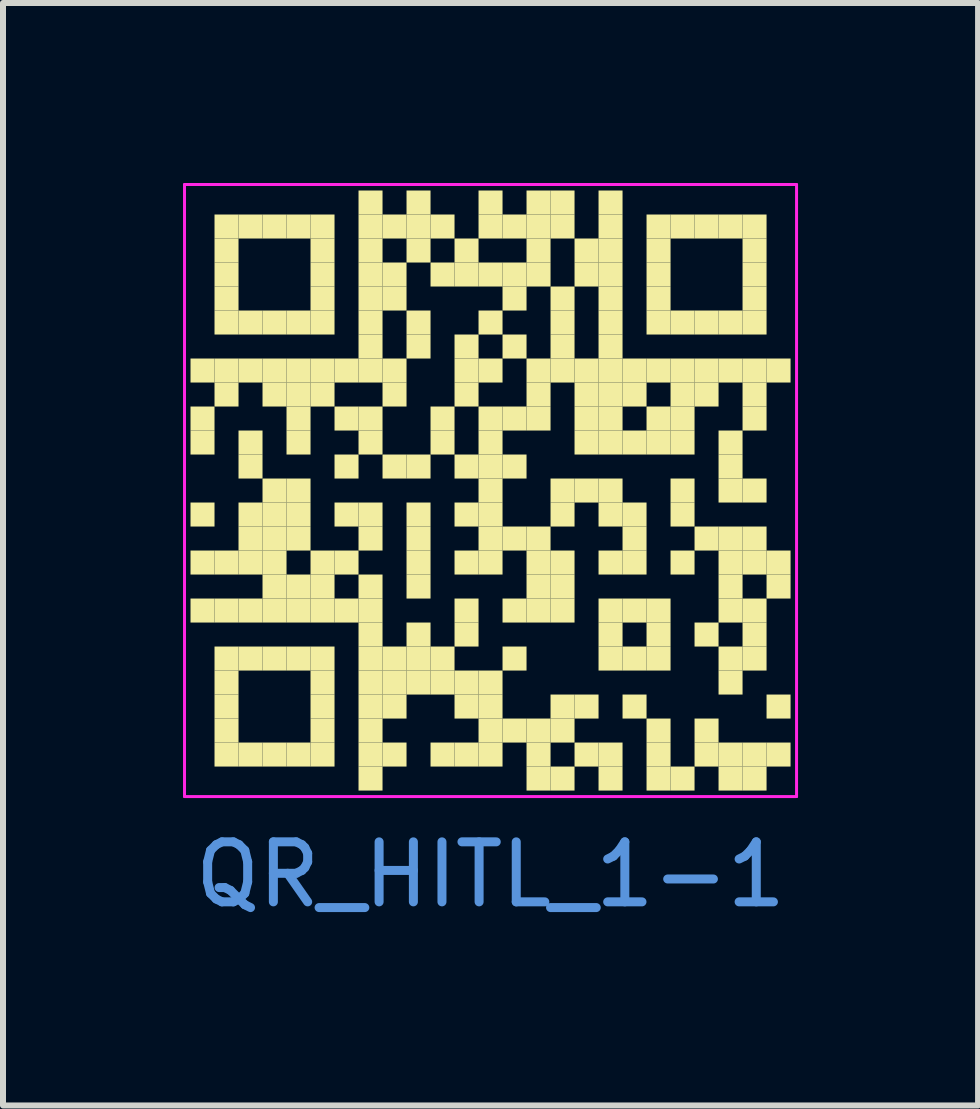
<source format=kicad_pcb>
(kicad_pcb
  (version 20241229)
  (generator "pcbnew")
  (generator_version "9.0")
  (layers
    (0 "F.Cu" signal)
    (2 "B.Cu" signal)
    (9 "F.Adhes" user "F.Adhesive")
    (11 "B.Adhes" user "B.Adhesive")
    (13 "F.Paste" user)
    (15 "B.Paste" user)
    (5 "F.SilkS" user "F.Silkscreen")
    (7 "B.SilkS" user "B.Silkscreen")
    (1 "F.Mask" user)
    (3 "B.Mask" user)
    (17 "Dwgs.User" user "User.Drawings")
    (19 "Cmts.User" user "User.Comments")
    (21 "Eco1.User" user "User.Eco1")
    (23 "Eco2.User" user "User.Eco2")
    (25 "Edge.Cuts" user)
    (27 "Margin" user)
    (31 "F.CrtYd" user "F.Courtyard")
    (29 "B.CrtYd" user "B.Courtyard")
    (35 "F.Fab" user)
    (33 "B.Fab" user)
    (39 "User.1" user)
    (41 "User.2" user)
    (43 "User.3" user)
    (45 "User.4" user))
  (footprint "QR_HITL_1-1"
    (layer "F.Cu")
    (at 5.125 5.125)
    (property "Reference" "QR_HITL_1-1" (at 0 6.4 0) (layer "Cmts.User") (effects (font (size 1 1) (thickness 0.15))))
    (fp_rect (start -5 -2.2) (end -4.6 -1.8) (stroke (width 0) (type solid)) (fill yes) (layer "F.SilkS"))
    (fp_rect (start -5 -1.4) (end -4.6 -1) (stroke (width 0) (type solid)) (fill yes) (layer "F.SilkS"))
    (fp_rect (start -5 -1) (end -4.6 -0.6) (stroke (width 0) (type solid)) (fill yes) (layer "F.SilkS"))
    (fp_rect (start -5 0.2) (end -4.6 0.6) (stroke (width 0) (type solid)) (fill yes) (layer "F.SilkS"))
    (fp_rect (start -5 1) (end -4.6 1.4) (stroke (width 0) (type solid)) (fill yes) (layer "F.SilkS"))
    (fp_rect (start -5 1.8) (end -4.6 2.2) (stroke (width 0) (type solid)) (fill yes) (layer "F.SilkS"))
    (fp_rect (start -4.6 -4.6) (end -4.2 -4.2) (stroke (width 0) (type solid)) (fill yes) (layer "F.SilkS"))
    (fp_rect (start -4.6 -4.2) (end -4.2 -3.8) (stroke (width 0) (type solid)) (fill yes) (layer "F.SilkS"))
    (fp_rect (start -4.6 -3.8) (end -4.2 -3.4) (stroke (width 0) (type solid)) (fill yes) (layer "F.SilkS"))
    (fp_rect (start -4.6 -3.4) (end -4.2 -3) (stroke (width 0) (type solid)) (fill yes) (layer "F.SilkS"))
    (fp_rect (start -4.6 -3) (end -4.2 -2.6) (stroke (width 0) (type solid)) (fill yes) (layer "F.SilkS"))
    (fp_rect (start -4.6 -2.2) (end -4.2 -1.8) (stroke (width 0) (type solid)) (fill yes) (layer "F.SilkS"))
    (fp_rect (start -4.6 -1.8) (end -4.2 -1.4) (stroke (width 0) (type solid)) (fill yes) (layer "F.SilkS"))
    (fp_rect (start -4.6 1) (end -4.2 1.4) (stroke (width 0) (type solid)) (fill yes) (layer "F.SilkS"))
    (fp_rect (start -4.6 1.8) (end -4.2 2.2) (stroke (width 0) (type solid)) (fill yes) (layer "F.SilkS"))
    (fp_rect (start -4.6 2.6) (end -4.2 3) (stroke (width 0) (type solid)) (fill yes) (layer "F.SilkS"))
    (fp_rect (start -4.6 3) (end -4.2 3.4) (stroke (width 0) (type solid)) (fill yes) (layer "F.SilkS"))
    (fp_rect (start -4.6 3.4) (end -4.2 3.8) (stroke (width 0) (type solid)) (fill yes) (layer "F.SilkS"))
    (fp_rect (start -4.6 3.8) (end -4.2 4.2) (stroke (width 0) (type solid)) (fill yes) (layer "F.SilkS"))
    (fp_rect (start -4.6 4.2) (end -4.2 4.6) (stroke (width 0) (type solid)) (fill yes) (layer "F.SilkS"))
    (fp_rect (start -4.2 -4.6) (end -3.8 -4.2) (stroke (width 0) (type solid)) (fill yes) (layer "F.SilkS"))
    (fp_rect (start -4.2 -3) (end -3.8 -2.6) (stroke (width 0) (type solid)) (fill yes) (layer "F.SilkS"))
    (fp_rect (start -4.2 -2.2) (end -3.8 -1.8) (stroke (width 0) (type solid)) (fill yes) (layer "F.SilkS"))
    (fp_rect (start -4.2 -1) (end -3.8 -0.6) (stroke (width 0) (type solid)) (fill yes) (layer "F.SilkS"))
    (fp_rect (start -4.2 -0.6) (end -3.8 -0.2) (stroke (width 0) (type solid)) (fill yes) (layer "F.SilkS"))
    (fp_rect (start -4.2 0.2) (end -3.8 0.6) (stroke (width 0) (type solid)) (fill yes) (layer "F.SilkS"))
    (fp_rect (start -4.2 0.6) (end -3.8 1) (stroke (width 0) (type solid)) (fill yes) (layer "F.SilkS"))
    (fp_rect (start -4.2 1) (end -3.8 1.4) (stroke (width 0) (type solid)) (fill yes) (layer "F.SilkS"))
    (fp_rect (start -4.2 1.8) (end -3.8 2.2) (stroke (width 0) (type solid)) (fill yes) (layer "F.SilkS"))
    (fp_rect (start -4.2 2.6) (end -3.8 3) (stroke (width 0) (type solid)) (fill yes) (layer "F.SilkS"))
    (fp_rect (start -4.2 4.2) (end -3.8 4.6) (stroke (width 0) (type solid)) (fill yes) (layer "F.SilkS"))
    (fp_rect (start -3.8 -4.6) (end -3.4 -4.2) (stroke (width 0) (type solid)) (fill yes) (layer "F.SilkS"))
    (fp_rect (start -3.8 -3) (end -3.4 -2.6) (stroke (width 0) (type solid)) (fill yes) (layer "F.SilkS"))
    (fp_rect (start -3.8 -2.2) (end -3.4 -1.8) (stroke (width 0) (type solid)) (fill yes) (layer "F.SilkS"))
    (fp_rect (start -3.8 -1.8) (end -3.4 -1.4) (stroke (width 0) (type solid)) (fill yes) (layer "F.SilkS"))
    (fp_rect (start -3.8 -0.2) (end -3.4 0.2) (stroke (width 0) (type solid)) (fill yes) (layer "F.SilkS"))
    (fp_rect (start -3.8 0.2) (end -3.4 0.6) (stroke (width 0) (type solid)) (fill yes) (layer "F.SilkS"))
    (fp_rect (start -3.8 0.6) (end -3.4 1) (stroke (width 0) (type solid)) (fill yes) (layer "F.SilkS"))
    (fp_rect (start -3.8 1) (end -3.4 1.4) (stroke (width 0) (type solid)) (fill yes) (layer "F.SilkS"))
    (fp_rect (start -3.8 1.4) (end -3.4 1.8) (stroke (width 0) (type solid)) (fill yes) (layer "F.SilkS"))
    (fp_rect (start -3.8 1.8) (end -3.4 2.2) (stroke (width 0) (type solid)) (fill yes) (layer "F.SilkS"))
    (fp_rect (start -3.8 2.6) (end -3.4 3) (stroke (width 0) (type solid)) (fill yes) (layer "F.SilkS"))
    (fp_rect (start -3.8 4.2) (end -3.4 4.6) (stroke (width 0) (type solid)) (fill yes) (layer "F.SilkS"))
    (fp_rect (start -3.4 -4.6) (end -3 -4.2) (stroke (width 0) (type solid)) (fill yes) (layer "F.SilkS"))
    (fp_rect (start -3.4 -3) (end -3 -2.6) (stroke (width 0) (type solid)) (fill yes) (layer "F.SilkS"))
    (fp_rect (start -3.4 -2.2) (end -3 -1.8) (stroke (width 0) (type solid)) (fill yes) (layer "F.SilkS"))
    (fp_rect (start -3.4 -1.8) (end -3 -1.4) (stroke (width 0) (type solid)) (fill yes) (layer "F.SilkS"))
    (fp_rect (start -3.4 -1.4) (end -3 -1) (stroke (width 0) (type solid)) (fill yes) (layer "F.SilkS"))
    (fp_rect (start -3.4 -1) (end -3 -0.6) (stroke (width 0) (type solid)) (fill yes) (layer "F.SilkS"))
    (fp_rect (start -3.4 -0.2) (end -3 0.2) (stroke (width 0) (type solid)) (fill yes) (layer "F.SilkS"))
    (fp_rect (start -3.4 0.2) (end -3 0.6) (stroke (width 0) (type solid)) (fill yes) (layer "F.SilkS"))
    (fp_rect (start -3.4 0.6) (end -3 1) (stroke (width 0) (type solid)) (fill yes) (layer "F.SilkS"))
    (fp_rect (start -3.4 1.4) (end -3 1.8) (stroke (width 0) (type solid)) (fill yes) (layer "F.SilkS"))
    (fp_rect (start -3.4 1.8) (end -3 2.2) (stroke (width 0) (type solid)) (fill yes) (layer "F.SilkS"))
    (fp_rect (start -3.4 2.6) (end -3 3) (stroke (width 0) (type solid)) (fill yes) (layer "F.SilkS"))
    (fp_rect (start -3.4 4.2) (end -3 4.6) (stroke (width 0) (type solid)) (fill yes) (layer "F.SilkS"))
    (fp_rect (start -3 -4.6) (end -2.6 -4.2) (stroke (width 0) (type solid)) (fill yes) (layer "F.SilkS"))
    (fp_rect (start -3 -4.2) (end -2.6 -3.8) (stroke (width 0) (type solid)) (fill yes) (layer "F.SilkS"))
    (fp_rect (start -3 -3.8) (end -2.6 -3.4) (stroke (width 0) (type solid)) (fill yes) (layer "F.SilkS"))
    (fp_rect (start -3 -3.4) (end -2.6 -3) (stroke (width 0) (type solid)) (fill yes) (layer "F.SilkS"))
    (fp_rect (start -3 -3) (end -2.6 -2.6) (stroke (width 0) (type solid)) (fill yes) (layer "F.SilkS"))
    (fp_rect (start -3 -2.2) (end -2.6 -1.8) (stroke (width 0) (type solid)) (fill yes) (layer "F.SilkS"))
    (fp_rect (start -3 -1.8) (end -2.6 -1.4) (stroke (width 0) (type solid)) (fill yes) (layer "F.SilkS"))
    (fp_rect (start -3 1) (end -2.6 1.4) (stroke (width 0) (type solid)) (fill yes) (layer "F.SilkS"))
    (fp_rect (start -3 1.4) (end -2.6 1.8) (stroke (width 0) (type solid)) (fill yes) (layer "F.SilkS"))
    (fp_rect (start -3 1.8) (end -2.6 2.2) (stroke (width 0) (type solid)) (fill yes) (layer "F.SilkS"))
    (fp_rect (start -3 2.6) (end -2.6 3) (stroke (width 0) (type solid)) (fill yes) (layer "F.SilkS"))
    (fp_rect (start -3 3) (end -2.6 3.4) (stroke (width 0) (type solid)) (fill yes) (layer "F.SilkS"))
    (fp_rect (start -3 3.4) (end -2.6 3.8) (stroke (width 0) (type solid)) (fill yes) (layer "F.SilkS"))
    (fp_rect (start -3 3.8) (end -2.6 4.2) (stroke (width 0) (type solid)) (fill yes) (layer "F.SilkS"))
    (fp_rect (start -3 4.2) (end -2.6 4.6) (stroke (width 0) (type solid)) (fill yes) (layer "F.SilkS"))
    (fp_rect (start -2.6 -2.2) (end -2.2 -1.8) (stroke (width 0) (type solid)) (fill yes) (layer "F.SilkS"))
    (fp_rect (start -2.6 -1.4) (end -2.2 -1) (stroke (width 0) (type solid)) (fill yes) (layer "F.SilkS"))
    (fp_rect (start -2.6 -0.6) (end -2.2 -0.2) (stroke (width 0) (type solid)) (fill yes) (layer "F.SilkS"))
    (fp_rect (start -2.6 0.2) (end -2.2 0.6) (stroke (width 0) (type solid)) (fill yes) (layer "F.SilkS"))
    (fp_rect (start -2.6 1) (end -2.2 1.4) (stroke (width 0) (type solid)) (fill yes) (layer "F.SilkS"))
    (fp_rect (start -2.6 1.8) (end -2.2 2.2) (stroke (width 0) (type solid)) (fill yes) (layer "F.SilkS"))
    (fp_rect (start -2.2 -5) (end -1.8 -4.6) (stroke (width 0) (type solid)) (fill yes) (layer "F.SilkS"))
    (fp_rect (start -2.2 -4.6) (end -1.8 -4.2) (stroke (width 0) (type solid)) (fill yes) (layer "F.SilkS"))
    (fp_rect (start -2.2 -4.2) (end -1.8 -3.8) (stroke (width 0) (type solid)) (fill yes) (layer "F.SilkS"))
    (fp_rect (start -2.2 -3.8) (end -1.8 -3.4) (stroke (width 0) (type solid)) (fill yes) (layer "F.SilkS"))
    (fp_rect (start -2.2 -3.4) (end -1.8 -3) (stroke (width 0) (type solid)) (fill yes) (layer "F.SilkS"))
    (fp_rect (start -2.2 -3) (end -1.8 -2.6) (stroke (width 0) (type solid)) (fill yes) (layer "F.SilkS"))
    (fp_rect (start -2.2 -2.6) (end -1.8 -2.2) (stroke (width 0) (type solid)) (fill yes) (layer "F.SilkS"))
    (fp_rect (start -2.2 -2.2) (end -1.8 -1.8) (stroke (width 0) (type solid)) (fill yes) (layer "F.SilkS"))
    (fp_rect (start -2.2 -1.4) (end -1.8 -1) (stroke (width 0) (type solid)) (fill yes) (layer "F.SilkS"))
    (fp_rect (start -2.2 -1) (end -1.8 -0.6) (stroke (width 0) (type solid)) (fill yes) (layer "F.SilkS"))
    (fp_rect (start -2.2 0.2) (end -1.8 0.6) (stroke (width 0) (type solid)) (fill yes) (layer "F.SilkS"))
    (fp_rect (start -2.2 0.6) (end -1.8 1) (stroke (width 0) (type solid)) (fill yes) (layer "F.SilkS"))
    (fp_rect (start -2.2 1.4) (end -1.8 1.8) (stroke (width 0) (type solid)) (fill yes) (layer "F.SilkS"))
    (fp_rect (start -2.2 1.8) (end -1.8 2.2) (stroke (width 0) (type solid)) (fill yes) (layer "F.SilkS"))
    (fp_rect (start -2.2 2.2) (end -1.8 2.6) (stroke (width 0) (type solid)) (fill yes) (layer "F.SilkS"))
    (fp_rect (start -2.2 2.6) (end -1.8 3) (stroke (width 0) (type solid)) (fill yes) (layer "F.SilkS"))
    (fp_rect (start -2.2 3) (end -1.8 3.4) (stroke (width 0) (type solid)) (fill yes) (layer "F.SilkS"))
    (fp_rect (start -2.2 3.4) (end -1.8 3.8) (stroke (width 0) (type solid)) (fill yes) (layer "F.SilkS"))
    (fp_rect (start -2.2 3.8) (end -1.8 4.2) (stroke (width 0) (type solid)) (fill yes) (layer "F.SilkS"))
    (fp_rect (start -2.2 4.2) (end -1.8 4.6) (stroke (width 0) (type solid)) (fill yes) (layer "F.SilkS"))
    (fp_rect (start -2.2 4.6) (end -1.8 5) (stroke (width 0) (type solid)) (fill yes) (layer "F.SilkS"))
    (fp_rect (start -1.8 -4.6) (end -1.4 -4.2) (stroke (width 0) (type solid)) (fill yes) (layer "F.SilkS"))
    (fp_rect (start -1.8 -3.8) (end -1.4 -3.4) (stroke (width 0) (type solid)) (fill yes) (layer "F.SilkS"))
    (fp_rect (start -1.8 -3.4) (end -1.4 -3) (stroke (width 0) (type solid)) (fill yes) (layer "F.SilkS"))
    (fp_rect (start -1.8 -2.2) (end -1.4 -1.8) (stroke (width 0) (type solid)) (fill yes) (layer "F.SilkS"))
    (fp_rect (start -1.8 -1.8) (end -1.4 -1.4) (stroke (width 0) (type solid)) (fill yes) (layer "F.SilkS"))
    (fp_rect (start -1.8 -0.6) (end -1.4 -0.2) (stroke (width 0) (type solid)) (fill yes) (layer "F.SilkS"))
    (fp_rect (start -1.8 2.6) (end -1.4 3) (stroke (width 0) (type solid)) (fill yes) (layer "F.SilkS"))
    (fp_rect (start -1.8 3) (end -1.4 3.4) (stroke (width 0) (type solid)) (fill yes) (layer "F.SilkS"))
    (fp_rect (start -1.8 3.4) (end -1.4 3.8) (stroke (width 0) (type solid)) (fill yes) (layer "F.SilkS"))
    (fp_rect (start -1.8 4.2) (end -1.4 4.6) (stroke (width 0) (type solid)) (fill yes) (layer "F.SilkS"))
    (fp_rect (start -1.4 -5) (end -1 -4.6) (stroke (width 0) (type solid)) (fill yes) (layer "F.SilkS"))
    (fp_rect (start -1.4 -4.6) (end -1 -4.2) (stroke (width 0) (type solid)) (fill yes) (layer "F.SilkS"))
    (fp_rect (start -1.4 -4.2) (end -1 -3.8) (stroke (width 0) (type solid)) (fill yes) (layer "F.SilkS"))
    (fp_rect (start -1.4 -3) (end -1 -2.6) (stroke (width 0) (type solid)) (fill yes) (layer "F.SilkS"))
    (fp_rect (start -1.4 -2.6) (end -1 -2.2) (stroke (width 0) (type solid)) (fill yes) (layer "F.SilkS"))
    (fp_rect (start -1.4 -0.6) (end -1 -0.2) (stroke (width 0) (type solid)) (fill yes) (layer "F.SilkS"))
    (fp_rect (start -1.4 0.2) (end -1 0.6) (stroke (width 0) (type solid)) (fill yes) (layer "F.SilkS"))
    (fp_rect (start -1.4 0.6) (end -1 1) (stroke (width 0) (type solid)) (fill yes) (layer "F.SilkS"))
    (fp_rect (start -1.4 1) (end -1 1.4) (stroke (width 0) (type solid)) (fill yes) (layer "F.SilkS"))
    (fp_rect (start -1.4 1.4) (end -1 1.8) (stroke (width 0) (type solid)) (fill yes) (layer "F.SilkS"))
    (fp_rect (start -1.4 2.2) (end -1 2.6) (stroke (width 0) (type solid)) (fill yes) (layer "F.SilkS"))
    (fp_rect (start -1.4 2.6) (end -1 3) (stroke (width 0) (type solid)) (fill yes) (layer "F.SilkS"))
    (fp_rect (start -1.4 3) (end -1 3.4) (stroke (width 0) (type solid)) (fill yes) (layer "F.SilkS"))
    (fp_rect (start -1 -4.6) (end -0.6 -4.2) (stroke (width 0) (type solid)) (fill yes) (layer "F.SilkS"))
    (fp_rect (start -1 -3.8) (end -0.6 -3.4) (stroke (width 0) (type solid)) (fill yes) (layer "F.SilkS"))
    (fp_rect (start -1 -1.4) (end -0.6 -1) (stroke (width 0) (type solid)) (fill yes) (layer "F.SilkS"))
    (fp_rect (start -1 -1) (end -0.6 -0.6) (stroke (width 0) (type solid)) (fill yes) (layer "F.SilkS"))
    (fp_rect (start -1 2.6) (end -0.6 3) (stroke (width 0) (type solid)) (fill yes) (layer "F.SilkS"))
    (fp_rect (start -1 3) (end -0.6 3.4) (stroke (width 0) (type solid)) (fill yes) (layer "F.SilkS"))
    (fp_rect (start -1 4.2) (end -0.6 4.6) (stroke (width 0) (type solid)) (fill yes) (layer "F.SilkS"))
    (fp_rect (start -0.6 -4.2) (end -0.2 -3.8) (stroke (width 0) (type solid)) (fill yes) (layer "F.SilkS"))
    (fp_rect (start -0.6 -3.8) (end -0.2 -3.4) (stroke (width 0) (type solid)) (fill yes) (layer "F.SilkS"))
    (fp_rect (start -0.6 -2.6) (end -0.2 -2.2) (stroke (width 0) (type solid)) (fill yes) (layer "F.SilkS"))
    (fp_rect (start -0.6 -2.2) (end -0.2 -1.8) (stroke (width 0) (type solid)) (fill yes) (layer "F.SilkS"))
    (fp_rect (start -0.6 -1.8) (end -0.2 -1.4) (stroke (width 0) (type solid)) (fill yes) (layer "F.SilkS"))
    (fp_rect (start -0.6 -0.6) (end -0.2 -0.2) (stroke (width 0) (type solid)) (fill yes) (layer "F.SilkS"))
    (fp_rect (start -0.6 0.2) (end -0.2 0.6) (stroke (width 0) (type solid)) (fill yes) (layer "F.SilkS"))
    (fp_rect (start -0.6 1) (end -0.2 1.4) (stroke (width 0) (type solid)) (fill yes) (layer "F.SilkS"))
    (fp_rect (start -0.6 1.8) (end -0.2 2.2) (stroke (width 0) (type solid)) (fill yes) (layer "F.SilkS"))
    (fp_rect (start -0.6 2.2) (end -0.2 2.6) (stroke (width 0) (type solid)) (fill yes) (layer "F.SilkS"))
    (fp_rect (start -0.6 3) (end -0.2 3.4) (stroke (width 0) (type solid)) (fill yes) (layer "F.SilkS"))
    (fp_rect (start -0.6 3.4) (end -0.2 3.8) (stroke (width 0) (type solid)) (fill yes) (layer "F.SilkS"))
    (fp_rect (start -0.6 4.2) (end -0.2 4.6) (stroke (width 0) (type solid)) (fill yes) (layer "F.SilkS"))
    (fp_rect (start -0.2 -5) (end 0.2 -4.6) (stroke (width 0) (type solid)) (fill yes) (layer "F.SilkS"))
    (fp_rect (start -0.2 -4.6) (end 0.2 -4.2) (stroke (width 0) (type solid)) (fill yes) (layer "F.SilkS"))
    (fp_rect (start -0.2 -3.8) (end 0.2 -3.4) (stroke (width 0) (type solid)) (fill yes) (layer "F.SilkS"))
    (fp_rect (start -0.2 -3) (end 0.2 -2.6) (stroke (width 0) (type solid)) (fill yes) (layer "F.SilkS"))
    (fp_rect (start -0.2 -2.2) (end 0.2 -1.8) (stroke (width 0) (type solid)) (fill yes) (layer "F.SilkS"))
    (fp_rect (start -0.2 -1.4) (end 0.2 -1) (stroke (width 0) (type solid)) (fill yes) (layer "F.SilkS"))
    (fp_rect (start -0.2 -1) (end 0.2 -0.6) (stroke (width 0) (type solid)) (fill yes) (layer "F.SilkS"))
    (fp_rect (start -0.2 -0.6) (end 0.2 -0.2) (stroke (width 0) (type solid)) (fill yes) (layer "F.SilkS"))
    (fp_rect (start -0.2 -0.2) (end 0.2 0.2) (stroke (width 0) (type solid)) (fill yes) (layer "F.SilkS"))
    (fp_rect (start -0.2 0.2) (end 0.2 0.6) (stroke (width 0) (type solid)) (fill yes) (layer "F.SilkS"))
    (fp_rect (start -0.2 0.6) (end 0.2 1) (stroke (width 0) (type solid)) (fill yes) (layer "F.SilkS"))
    (fp_rect (start -0.2 1) (end 0.2 1.4) (stroke (width 0) (type solid)) (fill yes) (layer "F.SilkS"))
    (fp_rect (start -0.2 3) (end 0.2 3.4) (stroke (width 0) (type solid)) (fill yes) (layer "F.SilkS"))
    (fp_rect (start -0.2 3.4) (end 0.2 3.8) (stroke (width 0) (type solid)) (fill yes) (layer "F.SilkS"))
    (fp_rect (start -0.2 3.8) (end 0.2 4.2) (stroke (width 0) (type solid)) (fill yes) (layer "F.SilkS"))
    (fp_rect (start -0.2 4.2) (end 0.2 4.6) (stroke (width 0) (type solid)) (fill yes) (layer "F.SilkS"))
    (fp_rect (start 0.2 -4.6) (end 0.6 -4.2) (stroke (width 0) (type solid)) (fill yes) (layer "F.SilkS"))
    (fp_rect (start 0.2 -3.8) (end 0.6 -3.4) (stroke (width 0) (type solid)) (fill yes) (layer "F.SilkS"))
    (fp_rect (start 0.2 -3.4) (end 0.6 -3) (stroke (width 0) (type solid)) (fill yes) (layer "F.SilkS"))
    (fp_rect (start 0.2 -2.6) (end 0.6 -2.2) (stroke (width 0) (type solid)) (fill yes) (layer "F.SilkS"))
    (fp_rect (start 0.2 -1.4) (end 0.6 -1) (stroke (width 0) (type solid)) (fill yes) (layer "F.SilkS"))
    (fp_rect (start 0.2 -0.6) (end 0.6 -0.2) (stroke (width 0) (type solid)) (fill yes) (layer "F.SilkS"))
    (fp_rect (start 0.2 0.6) (end 0.6 1) (stroke (width 0) (type solid)) (fill yes) (layer "F.SilkS"))
    (fp_rect (start 0.2 1.8) (end 0.6 2.2) (stroke (width 0) (type solid)) (fill yes) (layer "F.SilkS"))
    (fp_rect (start 0.2 2.6) (end 0.6 3) (stroke (width 0) (type solid)) (fill yes) (layer "F.SilkS"))
    (fp_rect (start 0.2 3.8) (end 0.6 4.2) (stroke (width 0) (type solid)) (fill yes) (layer "F.SilkS"))
    (fp_rect (start 0.6 -5) (end 1 -4.6) (stroke (width 0) (type solid)) (fill yes) (layer "F.SilkS"))
    (fp_rect (start 0.6 -4.6) (end 1 -4.2) (stroke (width 0) (type solid)) (fill yes) (layer "F.SilkS"))
    (fp_rect (start 0.6 -4.2) (end 1 -3.8) (stroke (width 0) (type solid)) (fill yes) (layer "F.SilkS"))
    (fp_rect (start 0.6 -3.8) (end 1 -3.4) (stroke (width 0) (type solid)) (fill yes) (layer "F.SilkS"))
    (fp_rect (start 0.6 -2.2) (end 1 -1.8) (stroke (width 0) (type solid)) (fill yes) (layer "F.SilkS"))
    (fp_rect (start 0.6 -1.8) (end 1 -1.4) (stroke (width 0) (type solid)) (fill yes) (layer "F.SilkS"))
    (fp_rect (start 0.6 -1.4) (end 1 -1) (stroke (width 0) (type solid)) (fill yes) (layer "F.SilkS"))
    (fp_rect (start 0.6 0.6) (end 1 1) (stroke (width 0) (type solid)) (fill yes) (layer "F.SilkS"))
    (fp_rect (start 0.6 1) (end 1 1.4) (stroke (width 0) (type solid)) (fill yes) (layer "F.SilkS"))
    (fp_rect (start 0.6 1.4) (end 1 1.8) (stroke (width 0) (type solid)) (fill yes) (layer "F.SilkS"))
    (fp_rect (start 0.6 1.8) (end 1 2.2) (stroke (width 0) (type solid)) (fill yes) (layer "F.SilkS"))
    (fp_rect (start 0.6 3.8) (end 1 4.2) (stroke (width 0) (type solid)) (fill yes) (layer "F.SilkS"))
    (fp_rect (start 0.6 4.2) (end 1 4.6) (stroke (width 0) (type solid)) (fill yes) (layer "F.SilkS"))
    (fp_rect (start 0.6 4.6) (end 1 5) (stroke (width 0) (type solid)) (fill yes) (layer "F.SilkS"))
    (fp_rect (start 1 -5) (end 1.4 -4.6) (stroke (width 0) (type solid)) (fill yes) (layer "F.SilkS"))
    (fp_rect (start 1 -4.6) (end 1.4 -4.2) (stroke (width 0) (type solid)) (fill yes) (layer "F.SilkS"))
    (fp_rect (start 1 -3.4) (end 1.4 -3) (stroke (width 0) (type solid)) (fill yes) (layer "F.SilkS"))
    (fp_rect (start 1 -3) (end 1.4 -2.6) (stroke (width 0) (type solid)) (fill yes) (layer "F.SilkS"))
    (fp_rect (start 1 -2.6) (end 1.4 -2.2) (stroke (width 0) (type solid)) (fill yes) (layer "F.SilkS"))
    (fp_rect (start 1 -2.2) (end 1.4 -1.8) (stroke (width 0) (type solid)) (fill yes) (layer "F.SilkS"))
    (fp_rect (start 1 -0.2) (end 1.4 0.2) (stroke (width 0) (type solid)) (fill yes) (layer "F.SilkS"))
    (fp_rect (start 1 0.2) (end 1.4 0.6) (stroke (width 0) (type solid)) (fill yes) (layer "F.SilkS"))
    (fp_rect (start 1 1) (end 1.4 1.4) (stroke (width 0) (type solid)) (fill yes) (layer "F.SilkS"))
    (fp_rect (start 1 1.4) (end 1.4 1.8) (stroke (width 0) (type solid)) (fill yes) (layer "F.SilkS"))
    (fp_rect (start 1 1.8) (end 1.4 2.2) (stroke (width 0) (type solid)) (fill yes) (layer "F.SilkS"))
    (fp_rect (start 1 3.4) (end 1.4 3.8) (stroke (width 0) (type solid)) (fill yes) (layer "F.SilkS"))
    (fp_rect (start 1 3.8) (end 1.4 4.2) (stroke (width 0) (type solid)) (fill yes) (layer "F.SilkS"))
    (fp_rect (start 1 4.6) (end 1.4 5) (stroke (width 0) (type solid)) (fill yes) (layer "F.SilkS"))
    (fp_rect (start 1.4 -4.2) (end 1.8 -3.8) (stroke (width 0) (type solid)) (fill yes) (layer "F.SilkS"))
    (fp_rect (start 1.4 -3.8) (end 1.8 -3.4) (stroke (width 0) (type solid)) (fill yes) (layer "F.SilkS"))
    (fp_rect (start 1.4 -2.2) (end 1.8 -1.8) (stroke (width 0) (type solid)) (fill yes) (layer "F.SilkS"))
    (fp_rect (start 1.4 -1.8) (end 1.8 -1.4) (stroke (width 0) (type solid)) (fill yes) (layer "F.SilkS"))
    (fp_rect (start 1.4 -1.4) (end 1.8 -1) (stroke (width 0) (type solid)) (fill yes) (layer "F.SilkS"))
    (fp_rect (start 1.4 -1) (end 1.8 -0.6) (stroke (width 0) (type solid)) (fill yes) (layer "F.SilkS"))
    (fp_rect (start 1.4 -0.2) (end 1.8 0.2) (stroke (width 0) (type solid)) (fill yes) (layer "F.SilkS"))
    (fp_rect (start 1.4 3.4) (end 1.8 3.8) (stroke (width 0) (type solid)) (fill yes) (layer "F.SilkS"))
    (fp_rect (start 1.4 4.2) (end 1.8 4.6) (stroke (width 0) (type solid)) (fill yes) (layer "F.SilkS"))
    (fp_rect (start 1.8 -5) (end 2.2 -4.6) (stroke (width 0) (type solid)) (fill yes) (layer "F.SilkS"))
    (fp_rect (start 1.8 -4.6) (end 2.2 -4.2) (stroke (width 0) (type solid)) (fill yes) (layer "F.SilkS"))
    (fp_rect (start 1.8 -4.2) (end 2.2 -3.8) (stroke (width 0) (type solid)) (fill yes) (layer "F.SilkS"))
    (fp_rect (start 1.8 -3.8) (end 2.2 -3.4) (stroke (width 0) (type solid)) (fill yes) (layer "F.SilkS"))
    (fp_rect (start 1.8 -3.4) (end 2.2 -3) (stroke (width 0) (type solid)) (fill yes) (layer "F.SilkS"))
    (fp_rect (start 1.8 -3) (end 2.2 -2.6) (stroke (width 0) (type solid)) (fill yes) (layer "F.SilkS"))
    (fp_rect (start 1.8 -2.6) (end 2.2 -2.2) (stroke (width 0) (type solid)) (fill yes) (layer "F.SilkS"))
    (fp_rect (start 1.8 -2.2) (end 2.2 -1.8) (stroke (width 0) (type solid)) (fill yes) (layer "F.SilkS"))
    (fp_rect (start 1.8 -1.8) (end 2.2 -1.4) (stroke (width 0) (type solid)) (fill yes) (layer "F.SilkS"))
    (fp_rect (start 1.8 -1.4) (end 2.2 -1) (stroke (width 0) (type solid)) (fill yes) (layer "F.SilkS"))
    (fp_rect (start 1.8 -1) (end 2.2 -0.6) (stroke (width 0) (type solid)) (fill yes) (layer "F.SilkS"))
    (fp_rect (start 1.8 -0.2) (end 2.2 0.2) (stroke (width 0) (type solid)) (fill yes) (layer "F.SilkS"))
    (fp_rect (start 1.8 0.2) (end 2.2 0.6) (stroke (width 0) (type solid)) (fill yes) (layer "F.SilkS"))
    (fp_rect (start 1.8 1) (end 2.2 1.4) (stroke (width 0) (type solid)) (fill yes) (layer "F.SilkS"))
    (fp_rect (start 1.8 1.8) (end 2.2 2.2) (stroke (width 0) (type solid)) (fill yes) (layer "F.SilkS"))
    (fp_rect (start 1.8 2.2) (end 2.2 2.6) (stroke (width 0) (type solid)) (fill yes) (layer "F.SilkS"))
    (fp_rect (start 1.8 2.6) (end 2.2 3) (stroke (width 0) (type solid)) (fill yes) (layer "F.SilkS"))
    (fp_rect (start 1.8 4.2) (end 2.2 4.6) (stroke (width 0) (type solid)) (fill yes) (layer "F.SilkS"))
    (fp_rect (start 1.8 4.6) (end 2.2 5) (stroke (width 0) (type solid)) (fill yes) (layer "F.SilkS"))
    (fp_rect (start 2.2 -2.2) (end 2.6 -1.8) (stroke (width 0) (type solid)) (fill yes) (layer "F.SilkS"))
    (fp_rect (start 2.2 -1.8) (end 2.6 -1.4) (stroke (width 0) (type solid)) (fill yes) (layer "F.SilkS"))
    (fp_rect (start 2.2 -1) (end 2.6 -0.6) (stroke (width 0) (type solid)) (fill yes) (layer "F.SilkS"))
    (fp_rect (start 2.2 0.2) (end 2.6 0.6) (stroke (width 0) (type solid)) (fill yes) (layer "F.SilkS"))
    (fp_rect (start 2.2 0.6) (end 2.6 1) (stroke (width 0) (type solid)) (fill yes) (layer "F.SilkS"))
    (fp_rect (start 2.2 1) (end 2.6 1.4) (stroke (width 0) (type solid)) (fill yes) (layer "F.SilkS"))
    (fp_rect (start 2.2 1.8) (end 2.6 2.2) (stroke (width 0) (type solid)) (fill yes) (layer "F.SilkS"))
    (fp_rect (start 2.2 2.6) (end 2.6 3) (stroke (width 0) (type solid)) (fill yes) (layer "F.SilkS"))
    (fp_rect (start 2.2 3.4) (end 2.6 3.8) (stroke (width 0) (type solid)) (fill yes) (layer "F.SilkS"))
    (fp_rect (start 2.6 -4.6) (end 3 -4.2) (stroke (width 0) (type solid)) (fill yes) (layer "F.SilkS"))
    (fp_rect (start 2.6 -4.2) (end 3 -3.8) (stroke (width 0) (type solid)) (fill yes) (layer "F.SilkS"))
    (fp_rect (start 2.6 -3.8) (end 3 -3.4) (stroke (width 0) (type solid)) (fill yes) (layer "F.SilkS"))
    (fp_rect (start 2.6 -3.4) (end 3 -3) (stroke (width 0) (type solid)) (fill yes) (layer "F.SilkS"))
    (fp_rect (start 2.6 -3) (end 3 -2.6) (stroke (width 0) (type solid)) (fill yes) (layer "F.SilkS"))
    (fp_rect (start 2.6 -2.2) (end 3 -1.8) (stroke (width 0) (type solid)) (fill yes) (layer "F.SilkS"))
    (fp_rect (start 2.6 -1.4) (end 3 -1) (stroke (width 0) (type solid)) (fill yes) (layer "F.SilkS"))
    (fp_rect (start 2.6 -1) (end 3 -0.6) (stroke (width 0) (type solid)) (fill yes) (layer "F.SilkS"))
    (fp_rect (start 2.6 1.8) (end 3 2.2) (stroke (width 0) (type solid)) (fill yes) (layer "F.SilkS"))
    (fp_rect (start 2.6 2.2) (end 3 2.6) (stroke (width 0) (type solid)) (fill yes) (layer "F.SilkS"))
    (fp_rect (start 2.6 2.6) (end 3 3) (stroke (width 0) (type solid)) (fill yes) (layer "F.SilkS"))
    (fp_rect (start 2.6 3.8) (end 3 4.2) (stroke (width 0) (type solid)) (fill yes) (layer "F.SilkS"))
    (fp_rect (start 2.6 4.2) (end 3 4.6) (stroke (width 0) (type solid)) (fill yes) (layer "F.SilkS"))
    (fp_rect (start 2.6 4.6) (end 3 5) (stroke (width 0) (type solid)) (fill yes) (layer "F.SilkS"))
    (fp_rect (start 3 -4.6) (end 3.4 -4.2) (stroke (width 0) (type solid)) (fill yes) (layer "F.SilkS"))
    (fp_rect (start 3 -3) (end 3.4 -2.6) (stroke (width 0) (type solid)) (fill yes) (layer "F.SilkS"))
    (fp_rect (start 3 -2.2) (end 3.4 -1.8) (stroke (width 0) (type solid)) (fill yes) (layer "F.SilkS"))
    (fp_rect (start 3 -1.8) (end 3.4 -1.4) (stroke (width 0) (type solid)) (fill yes) (layer "F.SilkS"))
    (fp_rect (start 3 -1.4) (end 3.4 -1) (stroke (width 0) (type solid)) (fill yes) (layer "F.SilkS"))
    (fp_rect (start 3 -1) (end 3.4 -0.6) (stroke (width 0) (type solid)) (fill yes) (layer "F.SilkS"))
    (fp_rect (start 3 -0.2) (end 3.4 0.2) (stroke (width 0) (type solid)) (fill yes) (layer "F.SilkS"))
    (fp_rect (start 3 0.2) (end 3.4 0.6) (stroke (width 0) (type solid)) (fill yes) (layer "F.SilkS"))
    (fp_rect (start 3 1) (end 3.4 1.4) (stroke (width 0) (type solid)) (fill yes) (layer "F.SilkS"))
    (fp_rect (start 3 4.6) (end 3.4 5) (stroke (width 0) (type solid)) (fill yes) (layer "F.SilkS"))
    (fp_rect (start 3.4 -4.6) (end 3.8 -4.2) (stroke (width 0) (type solid)) (fill yes) (layer "F.SilkS"))
    (fp_rect (start 3.4 -3) (end 3.8 -2.6) (stroke (width 0) (type solid)) (fill yes) (layer "F.SilkS"))
    (fp_rect (start 3.4 -2.2) (end 3.8 -1.8) (stroke (width 0) (type solid)) (fill yes) (layer "F.SilkS"))
    (fp_rect (start 3.4 -1.8) (end 3.8 -1.4) (stroke (width 0) (type solid)) (fill yes) (layer "F.SilkS"))
    (fp_rect (start 3.4 0.6) (end 3.8 1) (stroke (width 0) (type solid)) (fill yes) (layer "F.SilkS"))
    (fp_rect (start 3.4 2.2) (end 3.8 2.6) (stroke (width 0) (type solid)) (fill yes) (layer "F.SilkS"))
    (fp_rect (start 3.4 3.8) (end 3.8 4.2) (stroke (width 0) (type solid)) (fill yes) (layer "F.SilkS"))
    (fp_rect (start 3.4 4.2) (end 3.8 4.6) (stroke (width 0) (type solid)) (fill yes) (layer "F.SilkS"))
    (fp_rect (start 3.8 -4.6) (end 4.2 -4.2) (stroke (width 0) (type solid)) (fill yes) (layer "F.SilkS"))
    (fp_rect (start 3.8 -3) (end 4.2 -2.6) (stroke (width 0) (type solid)) (fill yes) (layer "F.SilkS"))
    (fp_rect (start 3.8 -2.2) (end 4.2 -1.8) (stroke (width 0) (type solid)) (fill yes) (layer "F.SilkS"))
    (fp_rect (start 3.8 -1) (end 4.2 -0.6) (stroke (width 0) (type solid)) (fill yes) (layer "F.SilkS"))
    (fp_rect (start 3.8 -0.6) (end 4.2 -0.2) (stroke (width 0) (type solid)) (fill yes) (layer "F.SilkS"))
    (fp_rect (start 3.8 -0.2) (end 4.2 0.2) (stroke (width 0) (type solid)) (fill yes) (layer "F.SilkS"))
    (fp_rect (start 3.8 0.6) (end 4.2 1) (stroke (width 0) (type solid)) (fill yes) (layer "F.SilkS"))
    (fp_rect (start 3.8 1) (end 4.2 1.4) (stroke (width 0) (type solid)) (fill yes) (layer "F.SilkS"))
    (fp_rect (start 3.8 1.4) (end 4.2 1.8) (stroke (width 0) (type solid)) (fill yes) (layer "F.SilkS"))
    (fp_rect (start 3.8 1.8) (end 4.2 2.2) (stroke (width 0) (type solid)) (fill yes) (layer "F.SilkS"))
    (fp_rect (start 3.8 2.6) (end 4.2 3) (stroke (width 0) (type solid)) (fill yes) (layer "F.SilkS"))
    (fp_rect (start 3.8 3) (end 4.2 3.4) (stroke (width 0) (type solid)) (fill yes) (layer "F.SilkS"))
    (fp_rect (start 3.8 4.2) (end 4.2 4.6) (stroke (width 0) (type solid)) (fill yes) (layer "F.SilkS"))
    (fp_rect (start 3.8 4.6) (end 4.2 5) (stroke (width 0) (type solid)) (fill yes) (layer "F.SilkS"))
    (fp_rect (start 4.2 -4.6) (end 4.6 -4.2) (stroke (width 0) (type solid)) (fill yes) (layer "F.SilkS"))
    (fp_rect (start 4.2 -4.2) (end 4.6 -3.8) (stroke (width 0) (type solid)) (fill yes) (layer "F.SilkS"))
    (fp_rect (start 4.2 -3.8) (end 4.6 -3.4) (stroke (width 0) (type solid)) (fill yes) (layer "F.SilkS"))
    (fp_rect (start 4.2 -3.4) (end 4.6 -3) (stroke (width 0) (type solid)) (fill yes) (layer "F.SilkS"))
    (fp_rect (start 4.2 -3) (end 4.6 -2.6) (stroke (width 0) (type solid)) (fill yes) (layer "F.SilkS"))
    (fp_rect (start 4.2 -2.2) (end 4.6 -1.8) (stroke (width 0) (type solid)) (fill yes) (layer "F.SilkS"))
    (fp_rect (start 4.2 -1.8) (end 4.6 -1.4) (stroke (width 0) (type solid)) (fill yes) (layer "F.SilkS"))
    (fp_rect (start 4.2 -1.4) (end 4.6 -1) (stroke (width 0) (type solid)) (fill yes) (layer "F.SilkS"))
    (fp_rect (start 4.2 -0.2) (end 4.6 0.2) (stroke (width 0) (type solid)) (fill yes) (layer "F.SilkS"))
    (fp_rect (start 4.2 0.6) (end 4.6 1) (stroke (width 0) (type solid)) (fill yes) (layer "F.SilkS"))
    (fp_rect (start 4.2 1) (end 4.6 1.4) (stroke (width 0) (type solid)) (fill yes) (layer "F.SilkS"))
    (fp_rect (start 4.2 1.8) (end 4.6 2.2) (stroke (width 0) (type solid)) (fill yes) (layer "F.SilkS"))
    (fp_rect (start 4.2 2.2) (end 4.6 2.6) (stroke (width 0) (type solid)) (fill yes) (layer "F.SilkS"))
    (fp_rect (start 4.2 2.6) (end 4.6 3) (stroke (width 0) (type solid)) (fill yes) (layer "F.SilkS"))
    (fp_rect (start 4.2 4.2) (end 4.6 4.6) (stroke (width 0) (type solid)) (fill yes) (layer "F.SilkS"))
    (fp_rect (start 4.2 4.6) (end 4.6 5) (stroke (width 0) (type solid)) (fill yes) (layer "F.SilkS"))
    (fp_rect (start 4.6 -2.2) (end 5 -1.8) (stroke (width 0) (type solid)) (fill yes) (layer "F.SilkS"))
    (fp_rect (start 4.6 1) (end 5 1.4) (stroke (width 0) (type solid)) (fill yes) (layer "F.SilkS"))
    (fp_rect (start 4.6 1.4) (end 5 1.8) (stroke (width 0) (type solid)) (fill yes) (layer "F.SilkS"))
    (fp_rect (start 4.6 3.4) (end 5 3.8) (stroke (width 0) (type solid)) (fill yes) (layer "F.SilkS"))
    (fp_rect (start 4.6 4.2) (end 5 4.6) (stroke (width 0) (type solid)) (fill yes) (layer "F.SilkS"))
    (fp_line (start -5.1 -5.1) (end 5.1 -5.1) (stroke (width 0.05) (type solid)) (layer "F.CrtYd"))
    (fp_line (start -5.1 5.1) (end -5.1 -5.1) (stroke (width 0.05) (type solid)) (layer "F.CrtYd"))
    (fp_line (start 5.1 -5.1) (end 5.1 5.1) (stroke (width 0.05) (type solid)) (layer "F.CrtYd"))
    (fp_line (start 5.1 5.1) (end -5.1 5.1) (stroke (width 0.05) (type solid)) (layer "F.CrtYd")))
  (gr_rect
    (start -3 -3)
    (end 13.25 15.373)
    (stroke (width 0.1) (type default))
    (fill no)
    (layer "Edge.Cuts")))
</source>
